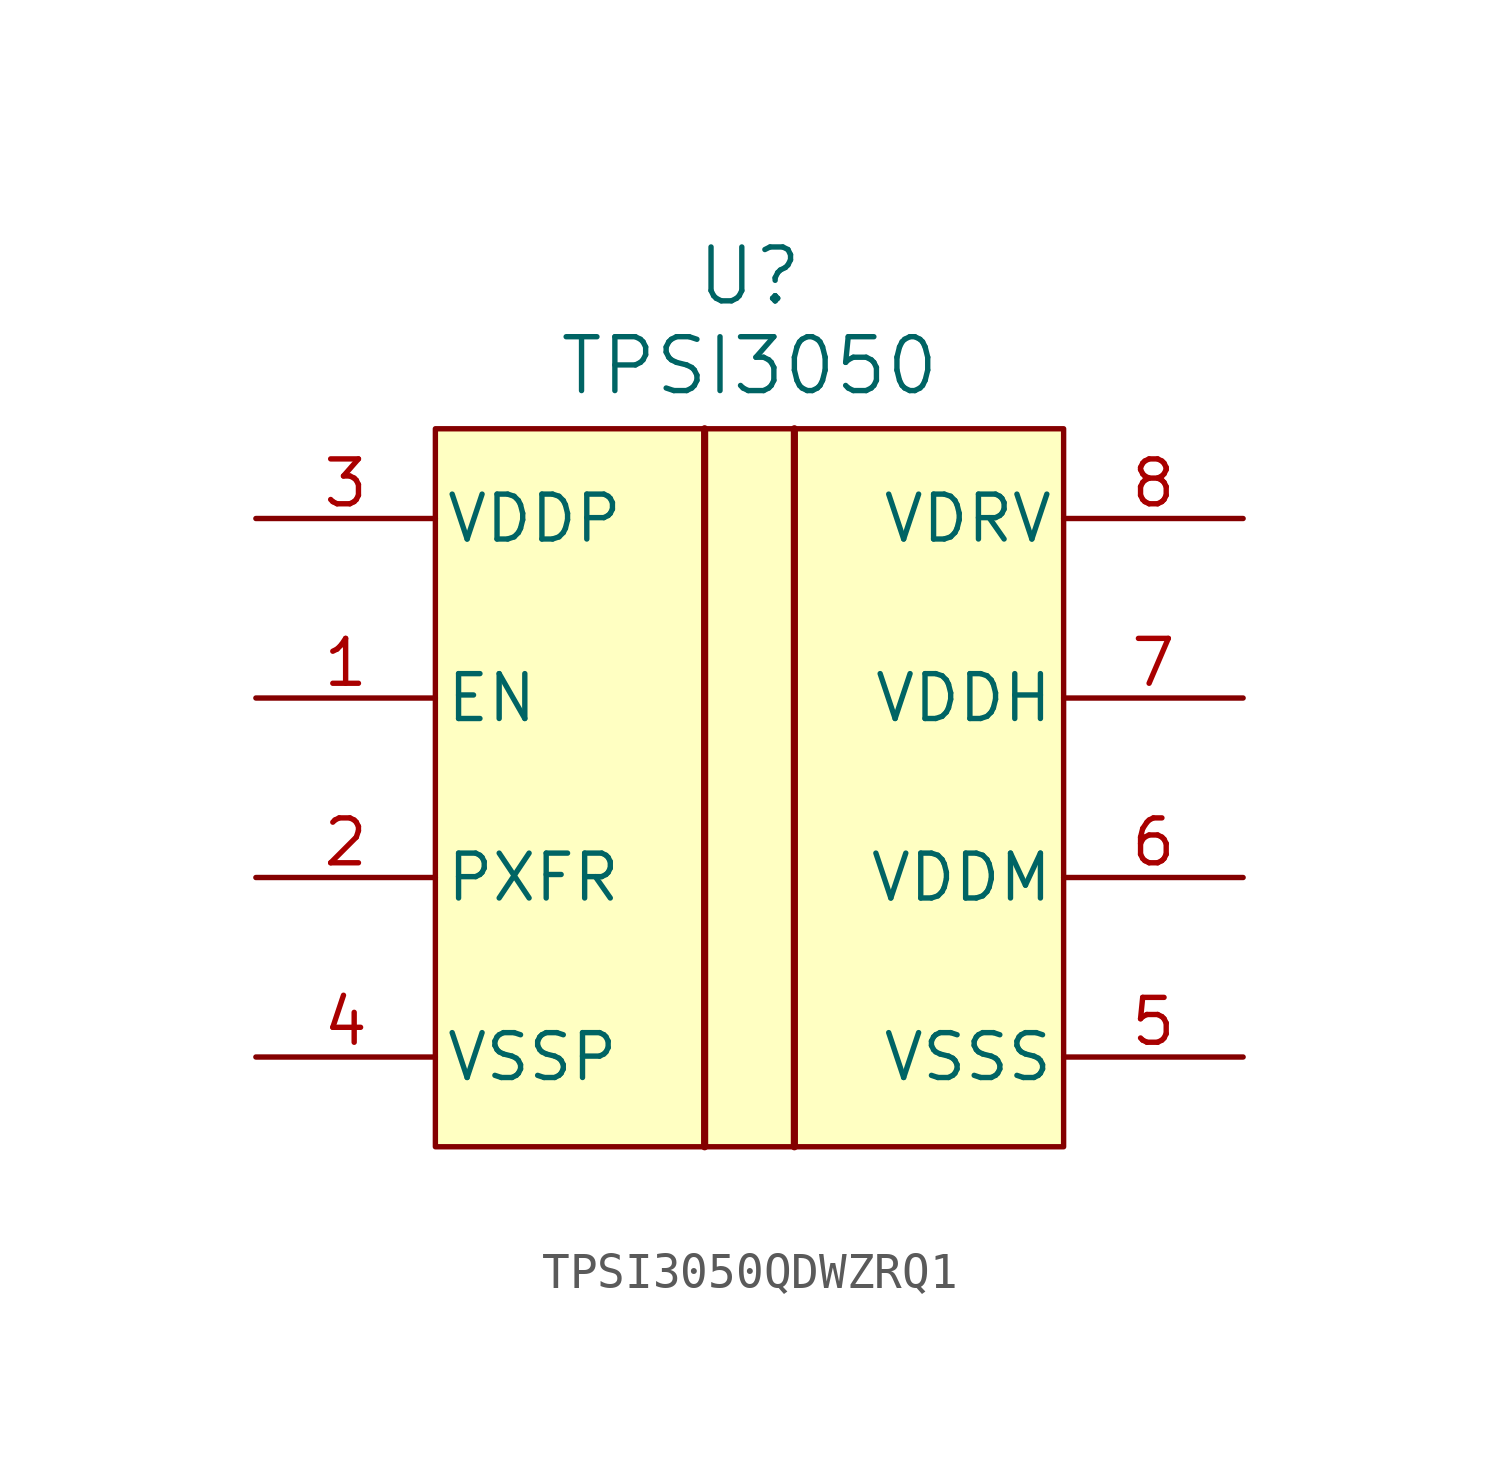
<source format=kicad_sym>
(kicad_symbol_lib
  (version 20231120)
  (generator "kicad_symbol_editor")
  (generator_version "8.0")
  (symbol "TPSI3050QDWZRQ1"
    (pin_names
      (offset 0.254))
    (property "Reference" "U"
      (at 0 14.478 0)
      (effects (font (size 1.524 1.524))))
    (property "Value" "TPSI3050"
      (at 0 11.938 0)
      (effects (font (size 1.524 1.524))))
    (symbol "TPSI3050QDWZRQ1_0_1"
      (polyline (pts (xy -1.27 10.16) (xy -1.27 -10.16)) (stroke (width 0.203) (type default)) (fill (type none)))
      (polyline (pts (xy 1.27 10.16) (xy 1.27 -10.16)) (stroke (width 0.203) (type default)) (fill (type none)))
      (pin input line (at -13.97 2.54 0) (length 5.08) (name "EN" (effects (font (size 1.27 1.27)))) (number "1" (effects (font (size 1.27 1.27)))))
      (pin power_in line (at -13.97 7.62 0) (length 5.08) (name "VDDP" (effects (font (size 1.27 1.27)))) (number "3" (effects (font (size 1.27 1.27)))))
      (pin power_in line (at -13.97 -7.62 0) (length 5.08) (name "VSSP" (effects (font (size 1.27 1.27)))) (number "4" (effects (font (size 1.27 1.27)))))
      (pin power_in line (at 13.97 -7.62 180) (length 5.08) (name "VSSS" (effects (font (size 1.27 1.27)))) (number "5" (effects (font (size 1.27 1.27)))))
      (pin power_in line (at 13.97 -2.54 180) (length 5.08) (name "VDDM" (effects (font (size 1.27 1.27)))) (number "6" (effects (font (size 1.27 1.27)))))
      (pin power_in line (at 13.97 2.54 180) (length 5.08) (name "VDDH" (effects (font (size 1.27 1.27)))) (number "7" (effects (font (size 1.27 1.27))))))
    (symbol "TPSI3050QDWZRQ1_1_1"
      (rectangle (start -8.89 10.16) (end 8.89 -10.16) (stroke (width 0) (type default)) (fill (type background)))
      (pin passive line (at -13.97 -2.54 0) (length 5.08) (name "PXFR" (effects (font (size 1.27 1.27)))) (number "2" (effects (font (size 1.27 1.27)))))
      (pin passive line (at 13.97 7.62 180) (length 5.08) (name "VDRV" (effects (font (size 1.27 1.27)))) (number "8" (effects (font (size 1.27 1.27))))))))
</source>
